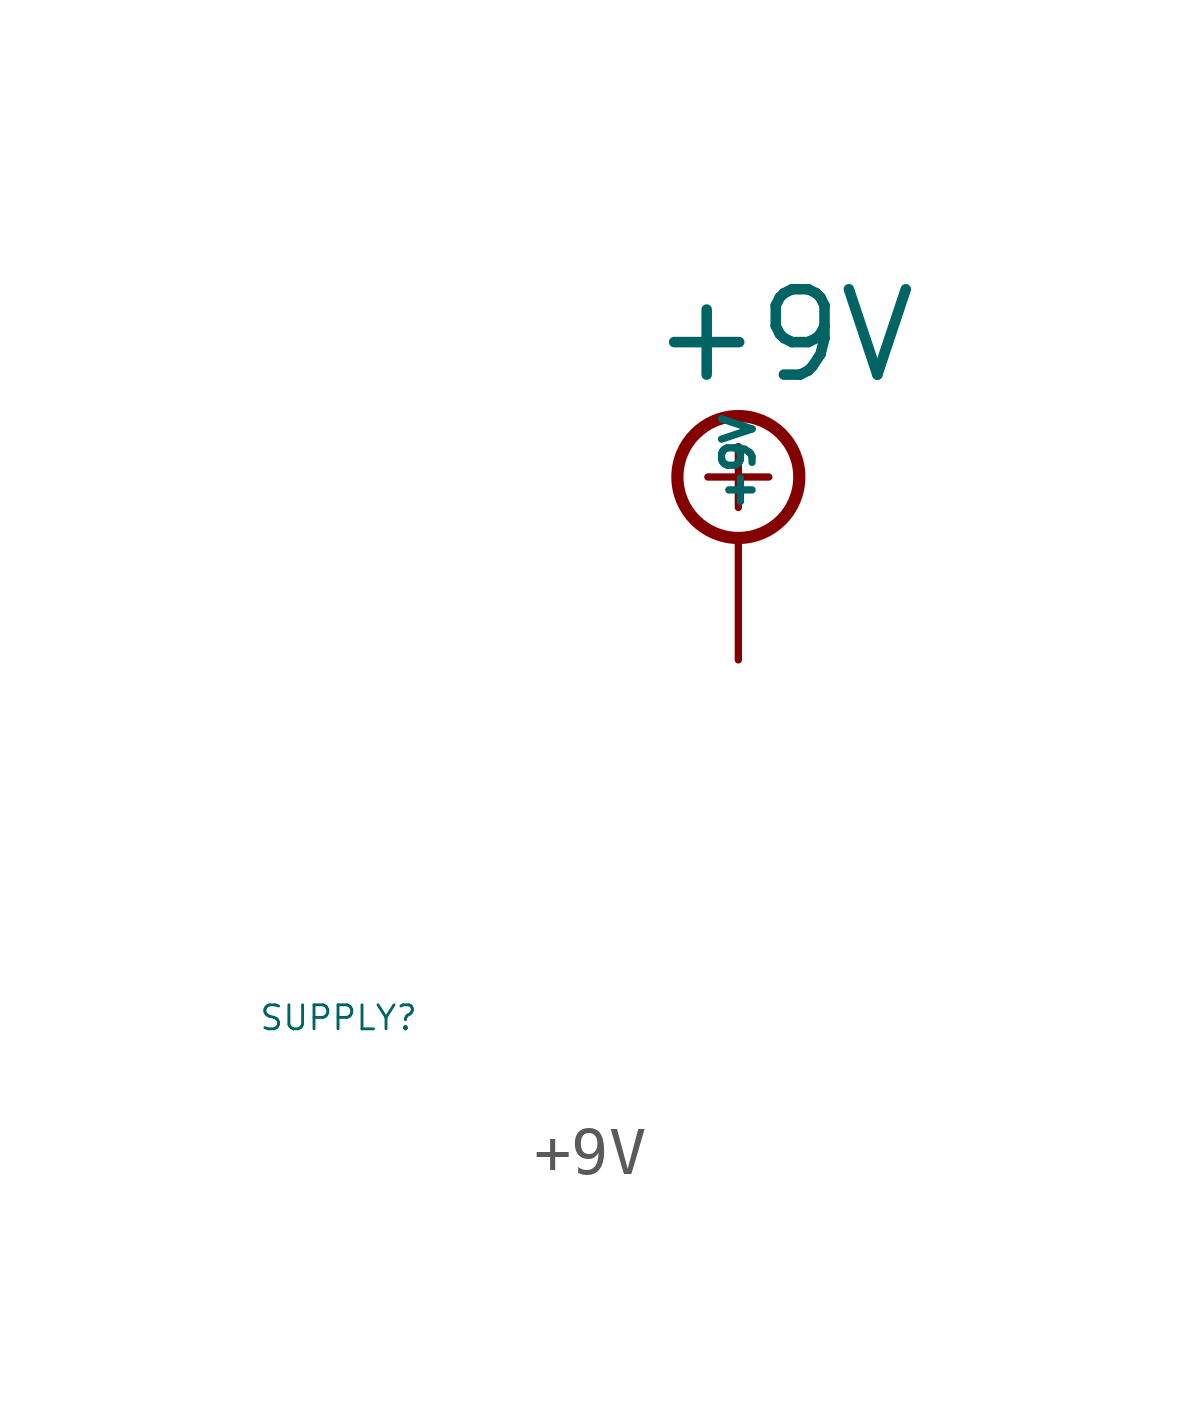
<source format=kicad_sym>
(kicad_symbol_lib
  (version 20220914)
  (generator Eagle2Kicad)
  (symbol "+9V"
    (property "Reference" "SUPPLY"
      (at -10 -10 0)
      (effects (font (size 0.5 0.5) (thickness 0.06)) (justify left)))
    (property "Value" "+9V"
      (at -1.905 3.175 0)
      (effects (font (size 1.778 1.778) (thickness 0.22)) (justify left bottom)))
    (polyline
      (pts (xy -0.635 1.27) (xy 0.635 1.27))
      (stroke (width 0.152) (type default))
      (fill (type none)))
    (polyline
      (pts (xy 0 0.635) (xy 0 1.905))
      (stroke (width 0.152) (type default))
      (fill (type none)))
    (circle
      (center 0 1.27)
      (radius 1.27)
      (stroke (width 0.254) (type default))
      (fill (type none)))
    (pin unspecified line
      (at 0 -2.54 90)
      (length 2.54)
      (name "+9V" (effects (font (size 0.635 0.635) (thickness 0.08)) (justify left bottom)))
      (number "" (effects (font (size 0.635 0.635) (thickness 0.08)) (justify left bottom))))))
</source>
